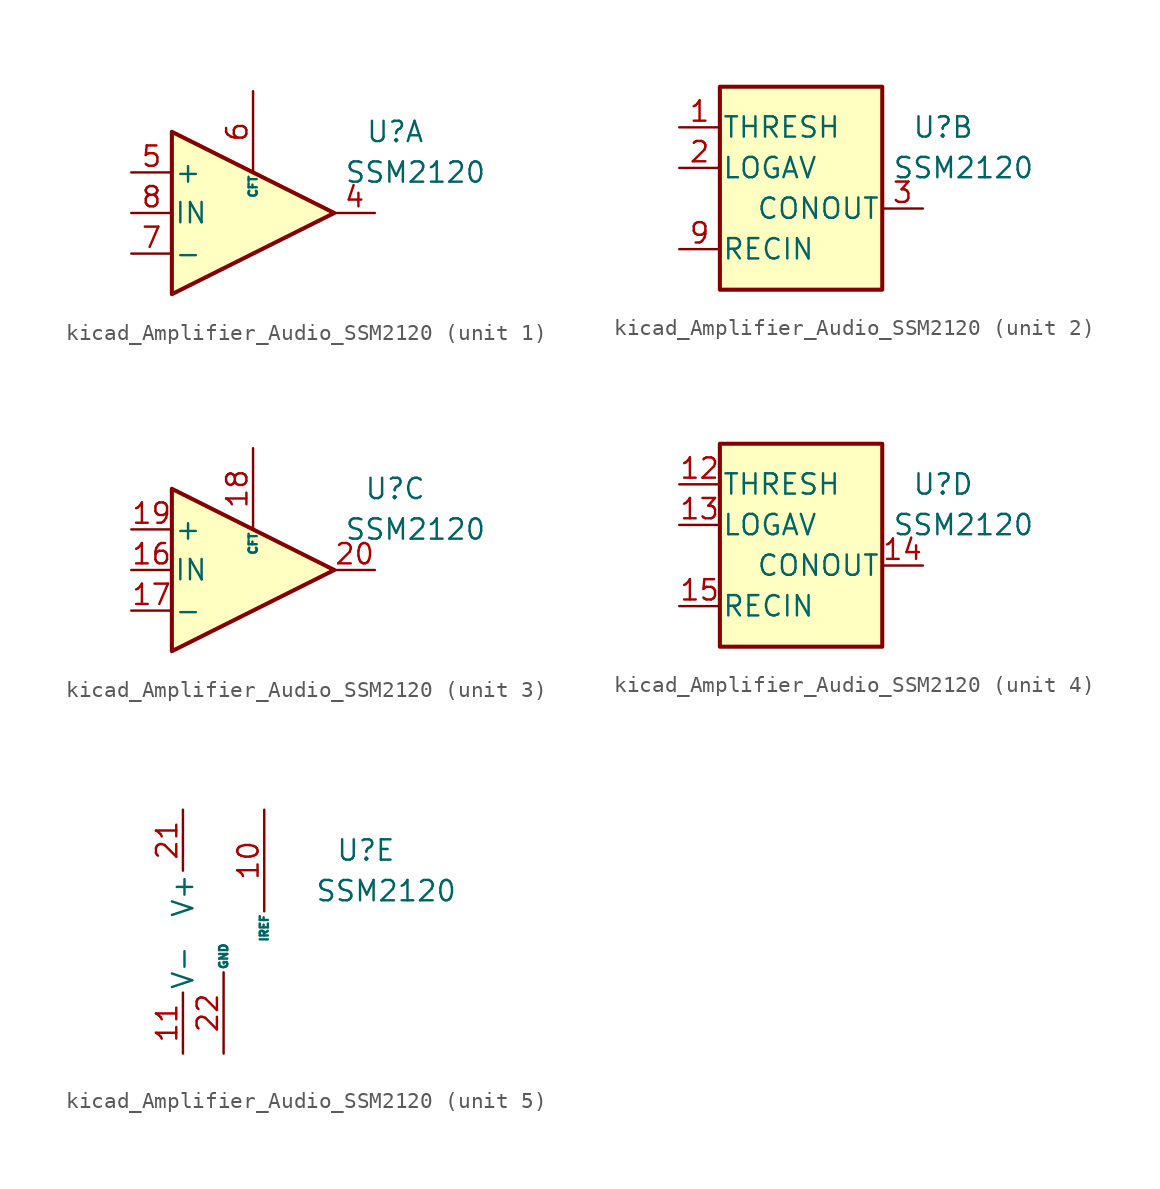
<source format=kicad_sym>
(kicad_symbol_lib
  (version 20220914)
  (generator kicad_symbol_editor)
  (symbol "kicad_Amplifier_Audio_SSM2120"
    (pin_names
      (offset 0.127))
    (property "Reference" "U"
      (at 8.89 5.08 0)
      (effects (font (size 1.27 1.27))))
    (property "Value" "SSM2120"
      (at 10.16 2.54 0)
      (effects (font (size 1.27 1.27))))
    (property "ki_locked" ""
      (at 0 0 0)
      (effects (font (size 1.27 1.27))))
    (symbol "kicad_Amplifier_Audio_SSM2120_1_1"
      (polyline (pts (xy -5.08 5.08) (xy 5.08 0) (xy -5.08 -5.08) (xy -5.08 5.08)) (stroke (width 0.254) (type default)) (fill (type background)))
      (pin output line (at 7.62 0 180) (length 2.54) (name "~" (effects (font (size 1.27 1.27)))) (number "4" (effects (font (size 1.27 1.27)))))
      (pin input line (at -7.62 2.54 0) (length 2.54) (name "+" (effects (font (size 1.27 1.27)))) (number "5" (effects (font (size 1.27 1.27)))))
      (pin input line (at 0 7.62 270) (length 5.08) (name "CFT" (effects (font (size 0.508 0.508)))) (number "6" (effects (font (size 1.27 1.27)))))
      (pin input line (at -7.62 -2.54 0) (length 2.54) (name "-" (effects (font (size 1.27 1.27)))) (number "7" (effects (font (size 1.27 1.27)))))
      (pin input line (at -7.62 0 0) (length 2.54) (name "IN" (effects (font (size 1.27 1.27)))) (number "8" (effects (font (size 1.27 1.27))))))
    (symbol "kicad_Amplifier_Audio_SSM2120_2_1"
      (rectangle (start -5.08 7.62) (end 5.08 -5.08) (stroke (width 0.254) (type default)) (fill (type background)))
      (pin input line (at -7.62 5.08 0) (length 2.54) (name "THRESH" (effects (font (size 1.27 1.27)))) (number "1" (effects (font (size 1.27 1.27)))))
      (pin input line (at -7.62 2.54 0) (length 2.54) (name "LOGAV" (effects (font (size 1.27 1.27)))) (number "2" (effects (font (size 1.27 1.27)))))
      (pin input line (at 7.62 0 180) (length 2.54) (name "CONOUT" (effects (font (size 1.27 1.27)))) (number "3" (effects (font (size 1.27 1.27)))))
      (pin input line (at -7.62 -2.54 0) (length 2.54) (name "RECIN" (effects (font (size 1.27 1.27)))) (number "9" (effects (font (size 1.27 1.27))))))
    (symbol "kicad_Amplifier_Audio_SSM2120_3_1"
      (polyline (pts (xy -5.08 5.08) (xy 5.08 0) (xy -5.08 -5.08) (xy -5.08 5.08)) (stroke (width 0.254) (type default)) (fill (type background)))
      (pin input line (at -7.62 0 0) (length 2.54) (name "IN" (effects (font (size 1.27 1.27)))) (number "16" (effects (font (size 1.27 1.27)))))
      (pin input line (at -7.62 -2.54 0) (length 2.54) (name "-" (effects (font (size 1.27 1.27)))) (number "17" (effects (font (size 1.27 1.27)))))
      (pin input line (at 0 7.62 270) (length 5.08) (name "CFT" (effects (font (size 0.508 0.508)))) (number "18" (effects (font (size 1.27 1.27)))))
      (pin input line (at -7.62 2.54 0) (length 2.54) (name "+" (effects (font (size 1.27 1.27)))) (number "19" (effects (font (size 1.27 1.27)))))
      (pin output line (at 7.62 0 180) (length 2.54) (name "~" (effects (font (size 1.27 1.27)))) (number "20" (effects (font (size 1.27 1.27))))))
    (symbol "kicad_Amplifier_Audio_SSM2120_4_1"
      (rectangle (start -5.08 7.62) (end 5.08 -5.08) (stroke (width 0.254) (type default)) (fill (type background)))
      (pin input line (at -7.62 5.08 0) (length 2.54) (name "THRESH" (effects (font (size 1.27 1.27)))) (number "12" (effects (font (size 1.27 1.27)))))
      (pin input line (at -7.62 2.54 0) (length 2.54) (name "LOGAV" (effects (font (size 1.27 1.27)))) (number "13" (effects (font (size 1.27 1.27)))))
      (pin input line (at 7.62 0 180) (length 2.54) (name "CONOUT" (effects (font (size 1.27 1.27)))) (number "14" (effects (font (size 1.27 1.27)))))
      (pin input line (at -7.62 -2.54 0) (length 2.54) (name "RECIN" (effects (font (size 1.27 1.27)))) (number "15" (effects (font (size 1.27 1.27))))))
    (symbol "kicad_Amplifier_Audio_SSM2120_5_0"
      (pin input line (at 2.54 7.62 270) (length 6.35) (name "IREF" (effects (font (size 0.508 0.508)))) (number "10" (effects (font (size 1.27 1.27)))))
      (pin power_in line (at -2.54 -7.62 90) (length 3.81) (name "V-" (effects (font (size 1.27 1.27)))) (number "11" (effects (font (size 1.27 1.27)))))
      (pin power_in line (at -2.54 7.62 270) (length 3.81) (name "V+" (effects (font (size 1.27 1.27)))) (number "21" (effects (font (size 1.27 1.27)))))
      (pin power_in line (at 0 -7.62 90) (length 5.08) (name "GND" (effects (font (size 0.508 0.508)))) (number "22" (effects (font (size 1.27 1.27))))))))
</source>
